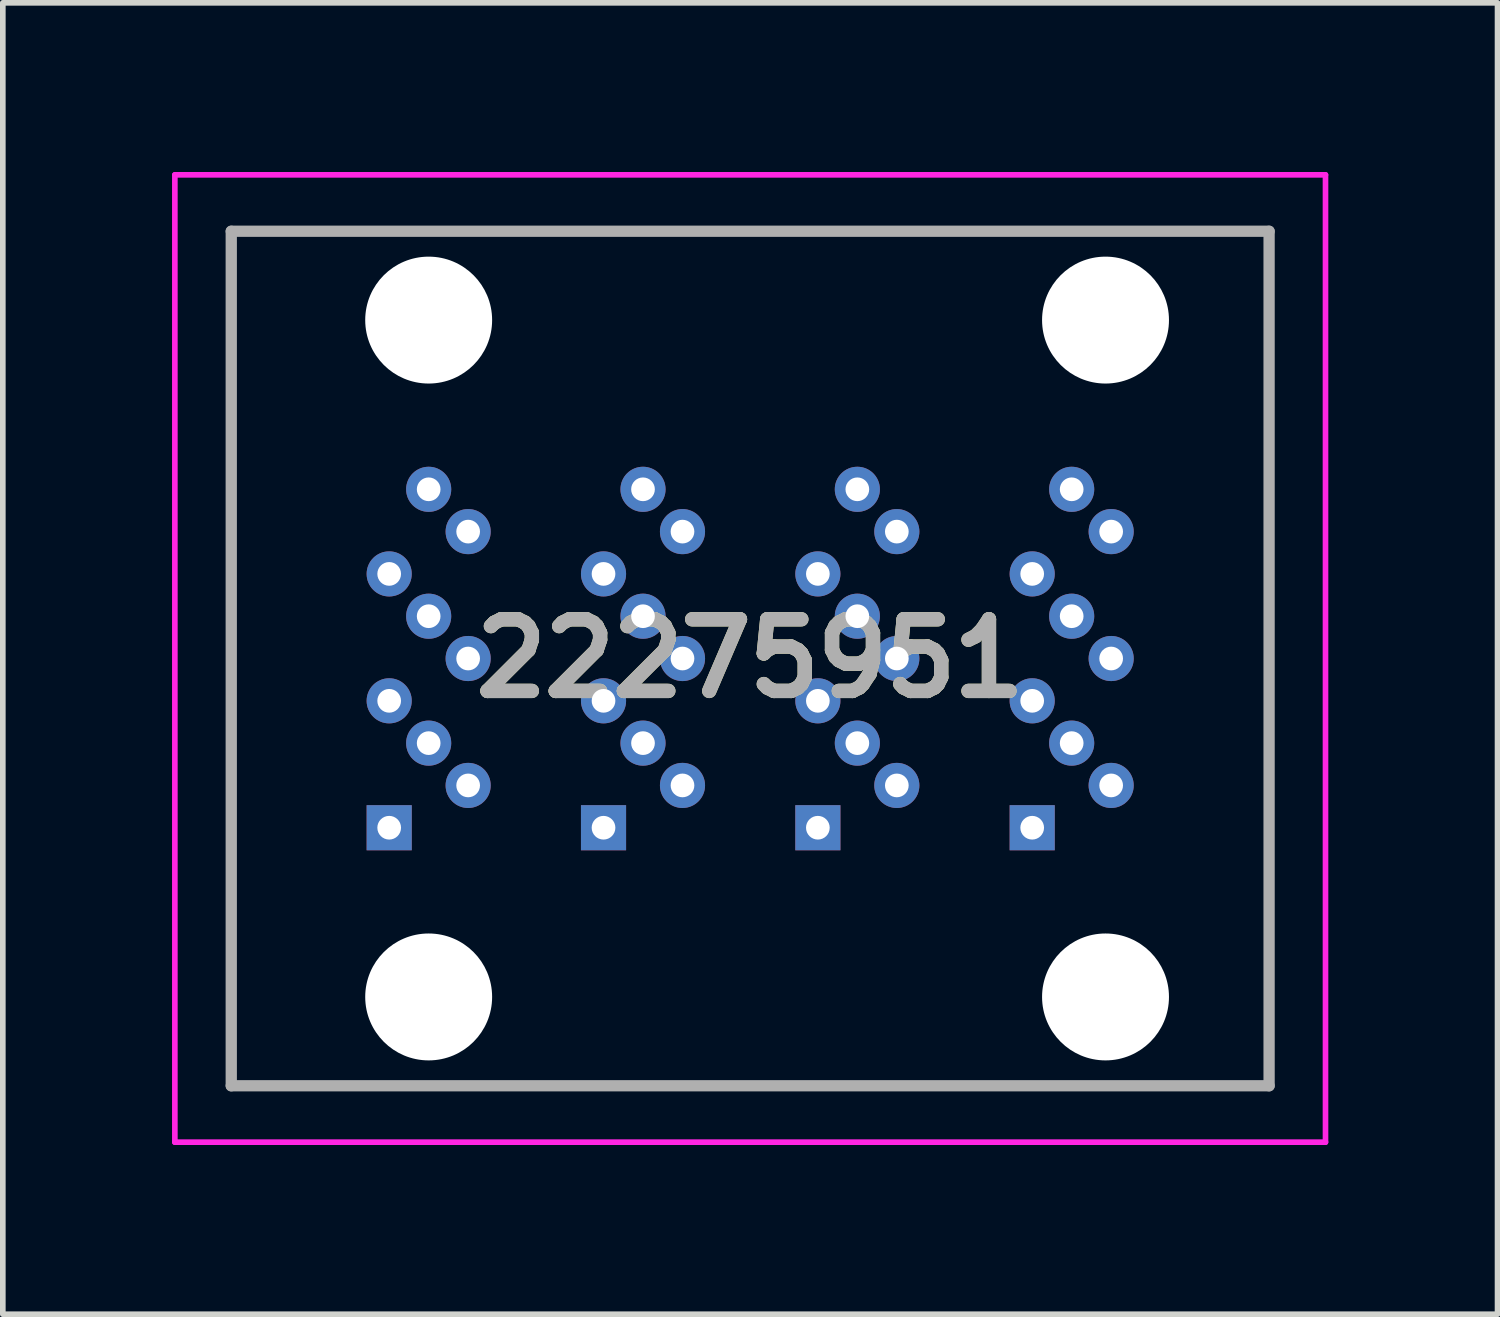
<source format=kicad_pcb>
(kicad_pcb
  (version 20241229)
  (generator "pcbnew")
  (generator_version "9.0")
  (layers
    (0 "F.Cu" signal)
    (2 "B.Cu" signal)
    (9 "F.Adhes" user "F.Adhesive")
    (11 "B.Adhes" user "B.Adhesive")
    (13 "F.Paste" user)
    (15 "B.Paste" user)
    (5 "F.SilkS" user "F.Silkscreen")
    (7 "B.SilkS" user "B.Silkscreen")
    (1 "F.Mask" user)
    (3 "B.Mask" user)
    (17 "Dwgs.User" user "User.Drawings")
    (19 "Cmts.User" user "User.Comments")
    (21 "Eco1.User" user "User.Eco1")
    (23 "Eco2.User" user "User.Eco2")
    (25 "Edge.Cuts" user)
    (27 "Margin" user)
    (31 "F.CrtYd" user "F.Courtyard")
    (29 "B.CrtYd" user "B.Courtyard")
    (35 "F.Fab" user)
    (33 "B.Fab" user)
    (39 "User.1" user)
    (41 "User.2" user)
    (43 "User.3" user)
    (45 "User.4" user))
  (footprint "22275951"
    (layer "F.Cu")
    (at 15.25 11.625)
    (property "Reference" "22275951" (at -5 -3 0) (layer "F.SilkS") (effects (font (size 1.27 1.27) (thickness 0.254))))
    (attr through_hole)
    (fp_line (start -14.2 -10.575) (end 4.2 -10.575) (stroke (width 0.1) (type solid)) (layer "F.SilkS"))
    (fp_line (start -14.2 4.575) (end -14.2 -10.575) (stroke (width 0.1) (type solid)) (layer "F.SilkS"))
    (fp_line (start 4.2 -10.575) (end 4.2 4.575) (stroke (width 0.1) (type solid)) (layer "F.SilkS"))
    (fp_line (start 4.2 4.575) (end -14.2 4.575) (stroke (width 0.1) (type solid)) (layer "F.SilkS"))
    (fp_line (start -15.2 -11.575) (end 5.2 -11.575) (stroke (width 0.1) (type solid)) (layer "F.CrtYd"))
    (fp_line (start -15.2 5.575) (end -15.2 -11.575) (stroke (width 0.1) (type solid)) (layer "F.CrtYd"))
    (fp_line (start 5.2 -11.575) (end 5.2 5.575) (stroke (width 0.1) (type solid)) (layer "F.CrtYd"))
    (fp_line (start 5.2 5.575) (end -15.2 5.575) (stroke (width 0.1) (type solid)) (layer "F.CrtYd"))
    (fp_line (start -14.2 -10.575) (end 4.2 -10.575) (stroke (width 0.2) (type solid)) (layer "F.Fab"))
    (fp_line (start -14.2 4.575) (end -14.2 -10.575) (stroke (width 0.2) (type solid)) (layer "F.Fab"))
    (fp_line (start 4.2 -10.575) (end 4.2 4.575) (stroke (width 0.2) (type solid)) (layer "F.Fab"))
    (fp_line (start 4.2 4.575) (end -14.2 4.575) (stroke (width 0.2) (type solid)) (layer "F.Fab"))
    (fp_text user "${REFERENCE}" (at -5 -3 0) (layer "F.Fab") (effects (font (size 1.27 1.27) (thickness 0.254))))
    (pad "" np_thru_hole circle (at -10.7 -9) (size 2.25 2.25) (drill 2.25) (layers "*.Cu" "*.Mask"))
    (pad "" np_thru_hole circle (at -10.7 3) (size 2.25 2.25) (drill 2.25) (layers "*.Cu" "*.Mask"))
    (pad "" np_thru_hole circle (at 1.3 -9) (size 2.25 2.25) (drill 2.25) (layers "*.Cu" "*.Mask"))
    (pad "" np_thru_hole circle (at 1.3 3) (size 2.25 2.25) (drill 2.25) (layers "*.Cu" "*.Mask"))
    (pad "A1" thru_hole rect (at 0 0) (size 0.8 0.8) (drill 0.42) (layers "*.Cu" "*.Mask"))
    (pad "A2" thru_hole circle (at 1.4 -0.75) (size 0.8 0.8) (drill 0.42) (layers "*.Cu" "*.Mask"))
    (pad "A3" thru_hole circle (at 0.7 -1.5) (size 0.8 0.8) (drill 0.42) (layers "*.Cu" "*.Mask"))
    (pad "A4" thru_hole circle (at 0 -2.25) (size 0.8 0.8) (drill 0.42) (layers "*.Cu" "*.Mask"))
    (pad "A5" thru_hole circle (at 1.4 -3) (size 0.8 0.8) (drill 0.42) (layers "*.Cu" "*.Mask"))
    (pad "A6" thru_hole circle (at 0.7 -3.75) (size 0.8 0.8) (drill 0.42) (layers "*.Cu" "*.Mask"))
    (pad "A7" thru_hole circle (at 0 -4.5) (size 0.8 0.8) (drill 0.42) (layers "*.Cu" "*.Mask"))
    (pad "A8" thru_hole circle (at 1.4 -5.25) (size 0.8 0.8) (drill 0.42) (layers "*.Cu" "*.Mask"))
    (pad "A9" thru_hole circle (at 0.7 -6) (size 0.8 0.8) (drill 0.42) (layers "*.Cu" "*.Mask"))
    (pad "B1" thru_hole rect (at -3.8 0) (size 0.8 0.8) (drill 0.42) (layers "*.Cu" "*.Mask"))
    (pad "B2" thru_hole circle (at -2.4 -0.75) (size 0.8 0.8) (drill 0.42) (layers "*.Cu" "*.Mask"))
    (pad "B3" thru_hole circle (at -3.1 -1.5) (size 0.8 0.8) (drill 0.42) (layers "*.Cu" "*.Mask"))
    (pad "B4" thru_hole circle (at -3.8 -2.25) (size 0.8 0.8) (drill 0.42) (layers "*.Cu" "*.Mask"))
    (pad "B5" thru_hole circle (at -2.4 -3) (size 0.8 0.8) (drill 0.42) (layers "*.Cu" "*.Mask"))
    (pad "B6" thru_hole circle (at -3.1 -3.75) (size 0.8 0.8) (drill 0.42) (layers "*.Cu" "*.Mask"))
    (pad "B7" thru_hole circle (at -3.8 -4.5) (size 0.8 0.8) (drill 0.42) (layers "*.Cu" "*.Mask"))
    (pad "B8" thru_hole circle (at -2.4 -5.25) (size 0.8 0.8) (drill 0.42) (layers "*.Cu" "*.Mask"))
    (pad "B9" thru_hole circle (at -3.1 -6) (size 0.8 0.8) (drill 0.42) (layers "*.Cu" "*.Mask"))
    (pad "C1" thru_hole rect (at -7.6 0) (size 0.8 0.8) (drill 0.42) (layers "*.Cu" "*.Mask"))
    (pad "C2" thru_hole circle (at -6.2 -0.75) (size 0.8 0.8) (drill 0.42) (layers "*.Cu" "*.Mask"))
    (pad "C3" thru_hole circle (at -6.9 -1.5) (size 0.8 0.8) (drill 0.42) (layers "*.Cu" "*.Mask"))
    (pad "C4" thru_hole circle (at -7.6 -2.25) (size 0.8 0.8) (drill 0.42) (layers "*.Cu" "*.Mask"))
    (pad "C5" thru_hole circle (at -6.2 -3) (size 0.8 0.8) (drill 0.42) (layers "*.Cu" "*.Mask"))
    (pad "C6" thru_hole circle (at -6.9 -3.75) (size 0.8 0.8) (drill 0.42) (layers "*.Cu" "*.Mask"))
    (pad "C7" thru_hole circle (at -7.6 -4.5) (size 0.8 0.8) (drill 0.42) (layers "*.Cu" "*.Mask"))
    (pad "C8" thru_hole circle (at -6.2 -5.25) (size 0.8 0.8) (drill 0.42) (layers "*.Cu" "*.Mask"))
    (pad "C9" thru_hole circle (at -6.9 -6) (size 0.8 0.8) (drill 0.42) (layers "*.Cu" "*.Mask"))
    (pad "D1" thru_hole rect (at -11.4 0) (size 0.8 0.8) (drill 0.42) (layers "*.Cu" "*.Mask"))
    (pad "D2" thru_hole circle (at -10 -0.75) (size 0.8 0.8) (drill 0.42) (layers "*.Cu" "*.Mask"))
    (pad "D3" thru_hole circle (at -10.7 -1.5) (size 0.8 0.8) (drill 0.42) (layers "*.Cu" "*.Mask"))
    (pad "D4" thru_hole circle (at -11.4 -2.25) (size 0.8 0.8) (drill 0.42) (layers "*.Cu" "*.Mask"))
    (pad "D5" thru_hole circle (at -10 -3) (size 0.8 0.8) (drill 0.42) (layers "*.Cu" "*.Mask"))
    (pad "D6" thru_hole circle (at -10.7 -3.75) (size 0.8 0.8) (drill 0.42) (layers "*.Cu" "*.Mask"))
    (pad "D7" thru_hole circle (at -11.4 -4.5) (size 0.8 0.8) (drill 0.42) (layers "*.Cu" "*.Mask"))
    (pad "D8" thru_hole circle (at -10 -5.25) (size 0.8 0.8) (drill 0.42) (layers "*.Cu" "*.Mask"))
    (pad "D9" thru_hole circle (at -10.7 -6) (size 0.8 0.8) (drill 0.42) (layers "*.Cu" "*.Mask")))
  (gr_rect
    (start -3 -3)
    (end 23.5 20.25)
    (stroke (width 0.1) (type default))
    (fill no)
    (layer "Edge.Cuts")))
</source>
